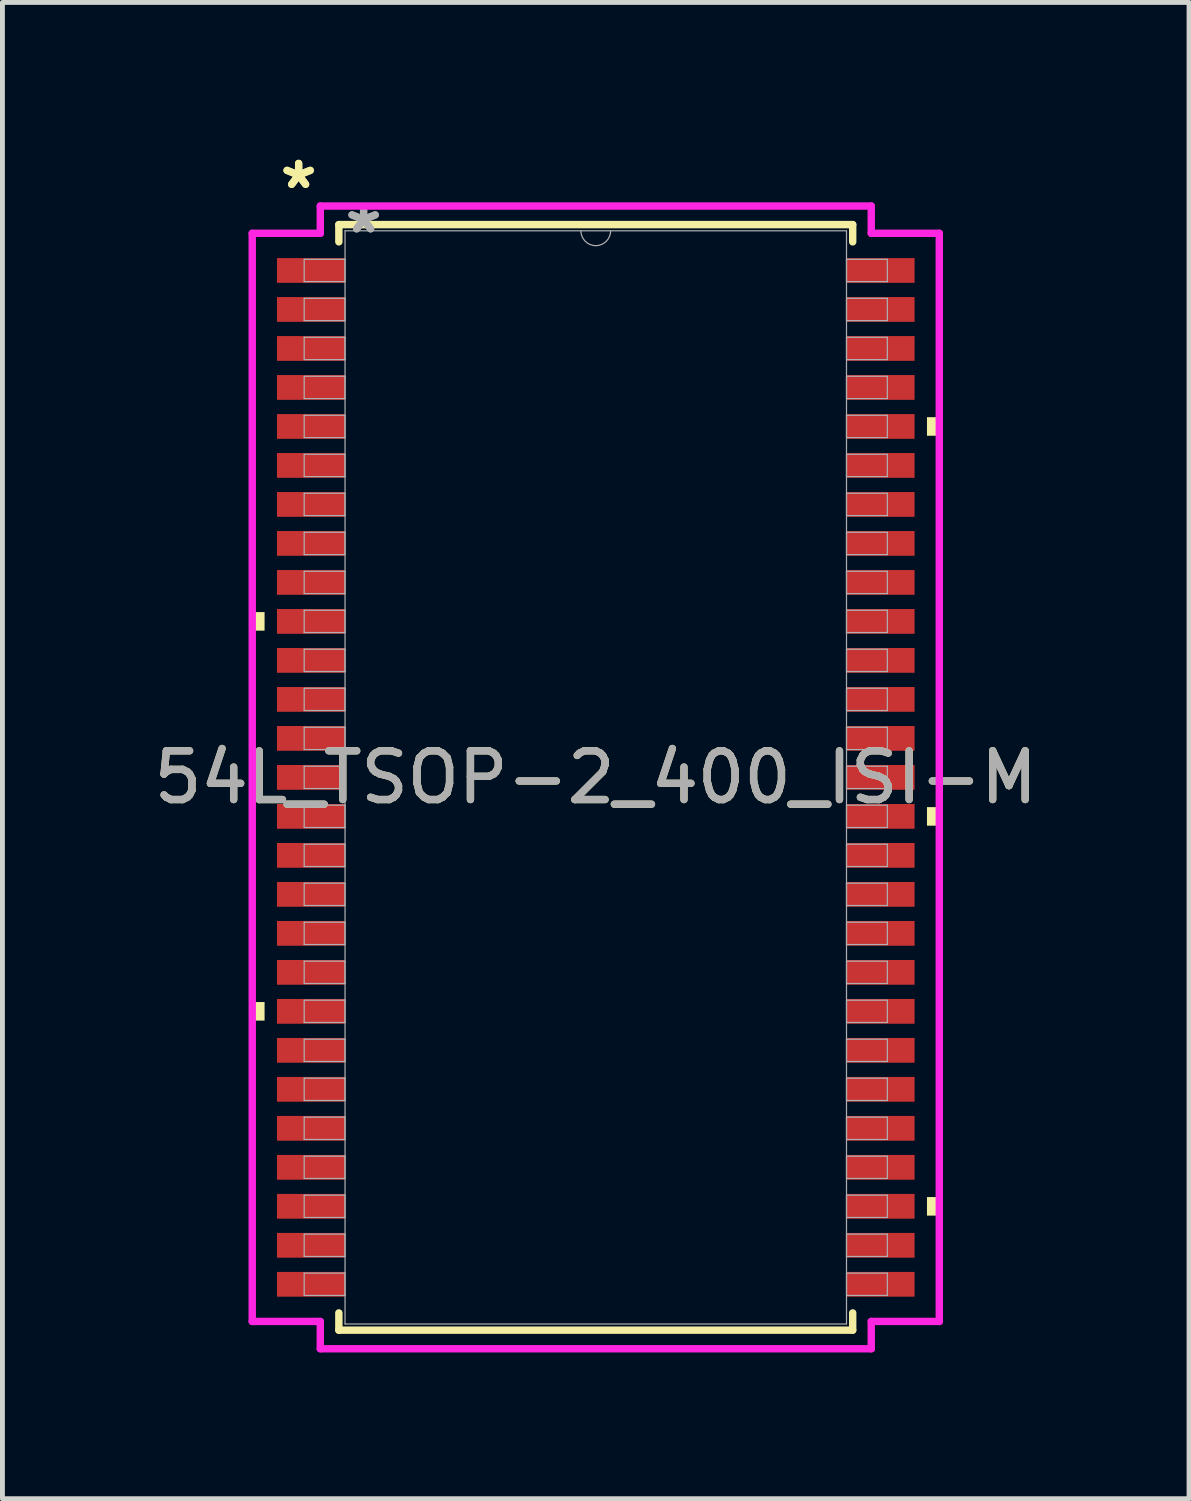
<source format=kicad_pcb>
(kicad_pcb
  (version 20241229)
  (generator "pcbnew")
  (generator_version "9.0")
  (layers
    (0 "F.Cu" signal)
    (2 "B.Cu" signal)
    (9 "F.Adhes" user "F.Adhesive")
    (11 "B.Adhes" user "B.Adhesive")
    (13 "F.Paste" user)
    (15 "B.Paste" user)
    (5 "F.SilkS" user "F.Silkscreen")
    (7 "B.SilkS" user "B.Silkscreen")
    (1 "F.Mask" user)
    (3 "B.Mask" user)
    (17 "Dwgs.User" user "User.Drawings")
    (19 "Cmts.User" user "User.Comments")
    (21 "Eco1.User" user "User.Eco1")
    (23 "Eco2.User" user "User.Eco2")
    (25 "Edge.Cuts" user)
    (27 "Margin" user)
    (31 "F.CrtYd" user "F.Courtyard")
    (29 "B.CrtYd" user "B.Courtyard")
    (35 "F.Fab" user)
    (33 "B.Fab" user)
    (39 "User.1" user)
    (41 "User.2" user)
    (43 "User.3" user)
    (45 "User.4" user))
  (footprint "54L_TSOP-2_400_ISI-M"
    (layer "F.Cu")
    (at 9.173 12.899)
    (property "Reference" "54L_TSOP-2_400_ISI-M" (at 0 0 0) (unlocked yes) (layer "F.SilkS") (effects (font (size 1 1) (thickness 0.15))))
    (attr smd)
    (fp_line (start -5.271 -11.341) (end -5.271 -10.987) (stroke (width 0.152) (type solid)) (layer "F.SilkS"))
    (fp_line (start -5.271 10.987) (end -5.271 11.341) (stroke (width 0.152) (type solid)) (layer "F.SilkS"))
    (fp_line (start -5.271 11.341) (end 5.271 11.341) (stroke (width 0.152) (type solid)) (layer "F.SilkS"))
    (fp_line (start 5.271 -11.341) (end -5.271 -11.341) (stroke (width 0.152) (type solid)) (layer "F.SilkS"))
    (fp_line (start 5.271 -10.987) (end 5.271 -11.341) (stroke (width 0.152) (type solid)) (layer "F.SilkS"))
    (fp_line (start 5.271 11.341) (end 5.271 10.987) (stroke (width 0.152) (type solid)) (layer "F.SilkS"))
    (fp_poly (pts (xy -7.048 -3.391) (xy -7.048 -3.01) (xy -6.795 -3.01) (xy -6.795 -3.391)) (stroke (width 0) (type solid)) (fill yes) (layer "F.SilkS"))
    (fp_poly (pts (xy -7.048 4.609) (xy -7.048 4.99) (xy -6.795 4.99) (xy -6.795 4.609)) (stroke (width 0) (type solid)) (fill yes) (layer "F.SilkS"))
    (fp_poly (pts (xy 7.048 -7.39) (xy 7.048 -7.009) (xy 6.795 -7.009) (xy 6.795 -7.39)) (stroke (width 0) (type solid)) (fill yes) (layer "F.SilkS"))
    (fp_poly (pts (xy 7.048 0.61) (xy 7.048 0.991) (xy 6.795 0.991) (xy 6.795 0.61)) (stroke (width 0) (type solid)) (fill yes) (layer "F.SilkS"))
    (fp_poly (pts (xy 7.048 8.61) (xy 7.048 8.991) (xy 6.795 8.991) (xy 6.795 8.61)) (stroke (width 0) (type solid)) (fill yes) (layer "F.SilkS"))
    (fp_line (start -7.048 -11.162) (end -5.652 -11.162) (stroke (width 0.152) (type solid)) (layer "F.CrtYd"))
    (fp_line (start -7.048 11.162) (end -7.048 -11.162) (stroke (width 0.152) (type solid)) (layer "F.CrtYd"))
    (fp_line (start -7.048 11.162) (end -5.652 11.162) (stroke (width 0.152) (type solid)) (layer "F.CrtYd"))
    (fp_line (start -5.652 -11.722) (end 5.652 -11.722) (stroke (width 0.152) (type solid)) (layer "F.CrtYd"))
    (fp_line (start -5.652 -11.162) (end -5.652 -11.722) (stroke (width 0.152) (type solid)) (layer "F.CrtYd"))
    (fp_line (start -5.652 11.722) (end -5.652 11.162) (stroke (width 0.152) (type solid)) (layer "F.CrtYd"))
    (fp_line (start 5.652 -11.722) (end 5.652 -11.162) (stroke (width 0.152) (type solid)) (layer "F.CrtYd"))
    (fp_line (start 5.652 11.162) (end 5.652 11.722) (stroke (width 0.152) (type solid)) (layer "F.CrtYd"))
    (fp_line (start 5.652 11.722) (end -5.652 11.722) (stroke (width 0.152) (type solid)) (layer "F.CrtYd"))
    (fp_line (start 7.048 -11.162) (end 5.652 -11.162) (stroke (width 0.152) (type solid)) (layer "F.CrtYd"))
    (fp_line (start 7.048 -11.162) (end 7.048 11.162) (stroke (width 0.152) (type solid)) (layer "F.CrtYd"))
    (fp_line (start 7.048 11.162) (end 5.652 11.162) (stroke (width 0.152) (type solid)) (layer "F.CrtYd"))
    (fp_line (start -5.982 -10.629) (end -5.982 -10.171) (stroke (width 0.025) (type solid)) (layer "F.Fab"))
    (fp_line (start -5.982 -10.171) (end -5.144 -10.171) (stroke (width 0.025) (type solid)) (layer "F.Fab"))
    (fp_line (start -5.982 -9.829) (end -5.982 -9.371) (stroke (width 0.025) (type solid)) (layer "F.Fab"))
    (fp_line (start -5.982 -9.371) (end -5.144 -9.371) (stroke (width 0.025) (type solid)) (layer "F.Fab"))
    (fp_line (start -5.982 -9.029) (end -5.982 -8.571) (stroke (width 0.025) (type solid)) (layer "F.Fab"))
    (fp_line (start -5.982 -8.571) (end -5.144 -8.571) (stroke (width 0.025) (type solid)) (layer "F.Fab"))
    (fp_line (start -5.982 -8.229) (end -5.982 -7.771) (stroke (width 0.025) (type solid)) (layer "F.Fab"))
    (fp_line (start -5.982 -7.771) (end -5.144 -7.771) (stroke (width 0.025) (type solid)) (layer "F.Fab"))
    (fp_line (start -5.982 -7.429) (end -5.982 -6.971) (stroke (width 0.025) (type solid)) (layer "F.Fab"))
    (fp_line (start -5.982 -6.971) (end -5.144 -6.971) (stroke (width 0.025) (type solid)) (layer "F.Fab"))
    (fp_line (start -5.982 -6.629) (end -5.982 -6.171) (stroke (width 0.025) (type solid)) (layer "F.Fab"))
    (fp_line (start -5.982 -6.171) (end -5.144 -6.171) (stroke (width 0.025) (type solid)) (layer "F.Fab"))
    (fp_line (start -5.982 -5.829) (end -5.982 -5.371) (stroke (width 0.025) (type solid)) (layer "F.Fab"))
    (fp_line (start -5.982 -5.371) (end -5.144 -5.371) (stroke (width 0.025) (type solid)) (layer "F.Fab"))
    (fp_line (start -5.982 -5.029) (end -5.982 -4.571) (stroke (width 0.025) (type solid)) (layer "F.Fab"))
    (fp_line (start -5.982 -4.571) (end -5.144 -4.571) (stroke (width 0.025) (type solid)) (layer "F.Fab"))
    (fp_line (start -5.982 -4.229) (end -5.982 -3.771) (stroke (width 0.025) (type solid)) (layer "F.Fab"))
    (fp_line (start -5.982 -3.771) (end -5.144 -3.771) (stroke (width 0.025) (type solid)) (layer "F.Fab"))
    (fp_line (start -5.982 -3.429) (end -5.982 -2.971) (stroke (width 0.025) (type solid)) (layer "F.Fab"))
    (fp_line (start -5.982 -2.971) (end -5.144 -2.971) (stroke (width 0.025) (type solid)) (layer "F.Fab"))
    (fp_line (start -5.982 -2.629) (end -5.982 -2.171) (stroke (width 0.025) (type solid)) (layer "F.Fab"))
    (fp_line (start -5.982 -2.171) (end -5.144 -2.171) (stroke (width 0.025) (type solid)) (layer "F.Fab"))
    (fp_line (start -5.982 -1.829) (end -5.982 -1.371) (stroke (width 0.025) (type solid)) (layer "F.Fab"))
    (fp_line (start -5.982 -1.371) (end -5.144 -1.371) (stroke (width 0.025) (type solid)) (layer "F.Fab"))
    (fp_line (start -5.982 -1.029) (end -5.982 -0.571) (stroke (width 0.025) (type solid)) (layer "F.Fab"))
    (fp_line (start -5.982 -0.571) (end -5.144 -0.571) (stroke (width 0.025) (type solid)) (layer "F.Fab"))
    (fp_line (start -5.982 -0.229) (end -5.982 0.229) (stroke (width 0.025) (type solid)) (layer "F.Fab"))
    (fp_line (start -5.982 0.229) (end -5.144 0.229) (stroke (width 0.025) (type solid)) (layer "F.Fab"))
    (fp_line (start -5.982 0.571) (end -5.982 1.029) (stroke (width 0.025) (type solid)) (layer "F.Fab"))
    (fp_line (start -5.982 1.029) (end -5.144 1.029) (stroke (width 0.025) (type solid)) (layer "F.Fab"))
    (fp_line (start -5.982 1.371) (end -5.982 1.829) (stroke (width 0.025) (type solid)) (layer "F.Fab"))
    (fp_line (start -5.982 1.829) (end -5.144 1.829) (stroke (width 0.025) (type solid)) (layer "F.Fab"))
    (fp_line (start -5.982 2.171) (end -5.982 2.629) (stroke (width 0.025) (type solid)) (layer "F.Fab"))
    (fp_line (start -5.982 2.629) (end -5.144 2.629) (stroke (width 0.025) (type solid)) (layer "F.Fab"))
    (fp_line (start -5.982 2.971) (end -5.982 3.429) (stroke (width 0.025) (type solid)) (layer "F.Fab"))
    (fp_line (start -5.982 3.429) (end -5.144 3.429) (stroke (width 0.025) (type solid)) (layer "F.Fab"))
    (fp_line (start -5.982 3.771) (end -5.982 4.229) (stroke (width 0.025) (type solid)) (layer "F.Fab"))
    (fp_line (start -5.982 4.229) (end -5.144 4.229) (stroke (width 0.025) (type solid)) (layer "F.Fab"))
    (fp_line (start -5.982 4.571) (end -5.982 5.029) (stroke (width 0.025) (type solid)) (layer "F.Fab"))
    (fp_line (start -5.982 5.029) (end -5.144 5.029) (stroke (width 0.025) (type solid)) (layer "F.Fab"))
    (fp_line (start -5.982 5.371) (end -5.982 5.829) (stroke (width 0.025) (type solid)) (layer "F.Fab"))
    (fp_line (start -5.982 5.829) (end -5.144 5.829) (stroke (width 0.025) (type solid)) (layer "F.Fab"))
    (fp_line (start -5.982 6.171) (end -5.982 6.629) (stroke (width 0.025) (type solid)) (layer "F.Fab"))
    (fp_line (start -5.982 6.629) (end -5.144 6.629) (stroke (width 0.025) (type solid)) (layer "F.Fab"))
    (fp_line (start -5.982 6.971) (end -5.982 7.429) (stroke (width 0.025) (type solid)) (layer "F.Fab"))
    (fp_line (start -5.982 7.429) (end -5.144 7.429) (stroke (width 0.025) (type solid)) (layer "F.Fab"))
    (fp_line (start -5.982 7.771) (end -5.982 8.229) (stroke (width 0.025) (type solid)) (layer "F.Fab"))
    (fp_line (start -5.982 8.229) (end -5.144 8.229) (stroke (width 0.025) (type solid)) (layer "F.Fab"))
    (fp_line (start -5.982 8.571) (end -5.982 9.029) (stroke (width 0.025) (type solid)) (layer "F.Fab"))
    (fp_line (start -5.982 9.029) (end -5.144 9.029) (stroke (width 0.025) (type solid)) (layer "F.Fab"))
    (fp_line (start -5.982 9.371) (end -5.982 9.829) (stroke (width 0.025) (type solid)) (layer "F.Fab"))
    (fp_line (start -5.982 9.829) (end -5.144 9.829) (stroke (width 0.025) (type solid)) (layer "F.Fab"))
    (fp_line (start -5.982 10.171) (end -5.982 10.629) (stroke (width 0.025) (type solid)) (layer "F.Fab"))
    (fp_line (start -5.982 10.629) (end -5.144 10.629) (stroke (width 0.025) (type solid)) (layer "F.Fab"))
    (fp_line (start -5.144 -11.214) (end -5.144 11.214) (stroke (width 0.025) (type solid)) (layer "F.Fab"))
    (fp_line (start -5.144 -10.629) (end -5.982 -10.629) (stroke (width 0.025) (type solid)) (layer "F.Fab"))
    (fp_line (start -5.144 -10.171) (end -5.144 -10.629) (stroke (width 0.025) (type solid)) (layer "F.Fab"))
    (fp_line (start -5.144 -9.829) (end -5.982 -9.829) (stroke (width 0.025) (type solid)) (layer "F.Fab"))
    (fp_line (start -5.144 -9.371) (end -5.144 -9.829) (stroke (width 0.025) (type solid)) (layer "F.Fab"))
    (fp_line (start -5.144 -9.029) (end -5.982 -9.029) (stroke (width 0.025) (type solid)) (layer "F.Fab"))
    (fp_line (start -5.144 -8.571) (end -5.144 -9.029) (stroke (width 0.025) (type solid)) (layer "F.Fab"))
    (fp_line (start -5.144 -8.229) (end -5.982 -8.229) (stroke (width 0.025) (type solid)) (layer "F.Fab"))
    (fp_line (start -5.144 -7.771) (end -5.144 -8.229) (stroke (width 0.025) (type solid)) (layer "F.Fab"))
    (fp_line (start -5.144 -7.429) (end -5.982 -7.429) (stroke (width 0.025) (type solid)) (layer "F.Fab"))
    (fp_line (start -5.144 -6.971) (end -5.144 -7.429) (stroke (width 0.025) (type solid)) (layer "F.Fab"))
    (fp_line (start -5.144 -6.629) (end -5.982 -6.629) (stroke (width 0.025) (type solid)) (layer "F.Fab"))
    (fp_line (start -5.144 -6.171) (end -5.144 -6.629) (stroke (width 0.025) (type solid)) (layer "F.Fab"))
    (fp_line (start -5.144 -5.829) (end -5.982 -5.829) (stroke (width 0.025) (type solid)) (layer "F.Fab"))
    (fp_line (start -5.144 -5.371) (end -5.144 -5.829) (stroke (width 0.025) (type solid)) (layer "F.Fab"))
    (fp_line (start -5.144 -5.029) (end -5.982 -5.029) (stroke (width 0.025) (type solid)) (layer "F.Fab"))
    (fp_line (start -5.144 -4.571) (end -5.144 -5.029) (stroke (width 0.025) (type solid)) (layer "F.Fab"))
    (fp_line (start -5.144 -4.229) (end -5.982 -4.229) (stroke (width 0.025) (type solid)) (layer "F.Fab"))
    (fp_line (start -5.144 -3.771) (end -5.144 -4.229) (stroke (width 0.025) (type solid)) (layer "F.Fab"))
    (fp_line (start -5.144 -3.429) (end -5.982 -3.429) (stroke (width 0.025) (type solid)) (layer "F.Fab"))
    (fp_line (start -5.144 -2.971) (end -5.144 -3.429) (stroke (width 0.025) (type solid)) (layer "F.Fab"))
    (fp_line (start -5.144 -2.629) (end -5.982 -2.629) (stroke (width 0.025) (type solid)) (layer "F.Fab"))
    (fp_line (start -5.144 -2.171) (end -5.144 -2.629) (stroke (width 0.025) (type solid)) (layer "F.Fab"))
    (fp_line (start -5.144 -1.829) (end -5.982 -1.829) (stroke (width 0.025) (type solid)) (layer "F.Fab"))
    (fp_line (start -5.144 -1.371) (end -5.144 -1.829) (stroke (width 0.025) (type solid)) (layer "F.Fab"))
    (fp_line (start -5.144 -1.029) (end -5.982 -1.029) (stroke (width 0.025) (type solid)) (layer "F.Fab"))
    (fp_line (start -5.144 -0.571) (end -5.144 -1.029) (stroke (width 0.025) (type solid)) (layer "F.Fab"))
    (fp_line (start -5.144 -0.229) (end -5.982 -0.229) (stroke (width 0.025) (type solid)) (layer "F.Fab"))
    (fp_line (start -5.144 0.229) (end -5.144 -0.229) (stroke (width 0.025) (type solid)) (layer "F.Fab"))
    (fp_line (start -5.144 0.571) (end -5.982 0.571) (stroke (width 0.025) (type solid)) (layer "F.Fab"))
    (fp_line (start -5.144 1.029) (end -5.144 0.571) (stroke (width 0.025) (type solid)) (layer "F.Fab"))
    (fp_line (start -5.144 1.371) (end -5.982 1.371) (stroke (width 0.025) (type solid)) (layer "F.Fab"))
    (fp_line (start -5.144 1.829) (end -5.144 1.371) (stroke (width 0.025) (type solid)) (layer "F.Fab"))
    (fp_line (start -5.144 2.171) (end -5.982 2.171) (stroke (width 0.025) (type solid)) (layer "F.Fab"))
    (fp_line (start -5.144 2.629) (end -5.144 2.171) (stroke (width 0.025) (type solid)) (layer "F.Fab"))
    (fp_line (start -5.144 2.971) (end -5.982 2.971) (stroke (width 0.025) (type solid)) (layer "F.Fab"))
    (fp_line (start -5.144 3.429) (end -5.144 2.971) (stroke (width 0.025) (type solid)) (layer "F.Fab"))
    (fp_line (start -5.144 3.771) (end -5.982 3.771) (stroke (width 0.025) (type solid)) (layer "F.Fab"))
    (fp_line (start -5.144 4.229) (end -5.144 3.771) (stroke (width 0.025) (type solid)) (layer "F.Fab"))
    (fp_line (start -5.144 4.571) (end -5.982 4.571) (stroke (width 0.025) (type solid)) (layer "F.Fab"))
    (fp_line (start -5.144 5.029) (end -5.144 4.571) (stroke (width 0.025) (type solid)) (layer "F.Fab"))
    (fp_line (start -5.144 5.371) (end -5.982 5.371) (stroke (width 0.025) (type solid)) (layer "F.Fab"))
    (fp_line (start -5.144 5.829) (end -5.144 5.371) (stroke (width 0.025) (type solid)) (layer "F.Fab"))
    (fp_line (start -5.144 6.171) (end -5.982 6.171) (stroke (width 0.025) (type solid)) (layer "F.Fab"))
    (fp_line (start -5.144 6.629) (end -5.144 6.171) (stroke (width 0.025) (type solid)) (layer "F.Fab"))
    (fp_line (start -5.144 6.971) (end -5.982 6.971) (stroke (width 0.025) (type solid)) (layer "F.Fab"))
    (fp_line (start -5.144 7.429) (end -5.144 6.971) (stroke (width 0.025) (type solid)) (layer "F.Fab"))
    (fp_line (start -5.144 7.771) (end -5.982 7.771) (stroke (width 0.025) (type solid)) (layer "F.Fab"))
    (fp_line (start -5.144 8.229) (end -5.144 7.771) (stroke (width 0.025) (type solid)) (layer "F.Fab"))
    (fp_line (start -5.144 8.571) (end -5.982 8.571) (stroke (width 0.025) (type solid)) (layer "F.Fab"))
    (fp_line (start -5.144 9.029) (end -5.144 8.571) (stroke (width 0.025) (type solid)) (layer "F.Fab"))
    (fp_line (start -5.144 9.371) (end -5.982 9.371) (stroke (width 0.025) (type solid)) (layer "F.Fab"))
    (fp_line (start -5.144 9.829) (end -5.144 9.371) (stroke (width 0.025) (type solid)) (layer "F.Fab"))
    (fp_line (start -5.144 10.171) (end -5.982 10.171) (stroke (width 0.025) (type solid)) (layer "F.Fab"))
    (fp_line (start -5.144 10.629) (end -5.144 10.171) (stroke (width 0.025) (type solid)) (layer "F.Fab"))
    (fp_line (start -5.144 11.214) (end 5.144 11.214) (stroke (width 0.025) (type solid)) (layer "F.Fab"))
    (fp_line (start 5.144 -11.214) (end -5.144 -11.214) (stroke (width 0.025) (type solid)) (layer "F.Fab"))
    (fp_line (start 5.144 -10.629) (end 5.144 -10.171) (stroke (width 0.025) (type solid)) (layer "F.Fab"))
    (fp_line (start 5.144 -10.171) (end 5.982 -10.171) (stroke (width 0.025) (type solid)) (layer "F.Fab"))
    (fp_line (start 5.144 -9.829) (end 5.144 -9.371) (stroke (width 0.025) (type solid)) (layer "F.Fab"))
    (fp_line (start 5.144 -9.371) (end 5.982 -9.371) (stroke (width 0.025) (type solid)) (layer "F.Fab"))
    (fp_line (start 5.144 -9.029) (end 5.144 -8.571) (stroke (width 0.025) (type solid)) (layer "F.Fab"))
    (fp_line (start 5.144 -8.571) (end 5.982 -8.571) (stroke (width 0.025) (type solid)) (layer "F.Fab"))
    (fp_line (start 5.144 -8.229) (end 5.144 -7.771) (stroke (width 0.025) (type solid)) (layer "F.Fab"))
    (fp_line (start 5.144 -7.771) (end 5.982 -7.771) (stroke (width 0.025) (type solid)) (layer "F.Fab"))
    (fp_line (start 5.144 -7.429) (end 5.144 -6.971) (stroke (width 0.025) (type solid)) (layer "F.Fab"))
    (fp_line (start 5.144 -6.971) (end 5.982 -6.971) (stroke (width 0.025) (type solid)) (layer "F.Fab"))
    (fp_line (start 5.144 -6.629) (end 5.144 -6.171) (stroke (width 0.025) (type solid)) (layer "F.Fab"))
    (fp_line (start 5.144 -6.171) (end 5.982 -6.171) (stroke (width 0.025) (type solid)) (layer "F.Fab"))
    (fp_line (start 5.144 -5.829) (end 5.144 -5.371) (stroke (width 0.025) (type solid)) (layer "F.Fab"))
    (fp_line (start 5.144 -5.371) (end 5.982 -5.371) (stroke (width 0.025) (type solid)) (layer "F.Fab"))
    (fp_line (start 5.144 -5.029) (end 5.144 -4.571) (stroke (width 0.025) (type solid)) (layer "F.Fab"))
    (fp_line (start 5.144 -4.571) (end 5.982 -4.571) (stroke (width 0.025) (type solid)) (layer "F.Fab"))
    (fp_line (start 5.144 -4.229) (end 5.144 -3.771) (stroke (width 0.025) (type solid)) (layer "F.Fab"))
    (fp_line (start 5.144 -3.771) (end 5.982 -3.771) (stroke (width 0.025) (type solid)) (layer "F.Fab"))
    (fp_line (start 5.144 -3.429) (end 5.144 -2.971) (stroke (width 0.025) (type solid)) (layer "F.Fab"))
    (fp_line (start 5.144 -2.971) (end 5.982 -2.971) (stroke (width 0.025) (type solid)) (layer "F.Fab"))
    (fp_line (start 5.144 -2.629) (end 5.144 -2.171) (stroke (width 0.025) (type solid)) (layer "F.Fab"))
    (fp_line (start 5.144 -2.171) (end 5.982 -2.171) (stroke (width 0.025) (type solid)) (layer "F.Fab"))
    (fp_line (start 5.144 -1.829) (end 5.144 -1.371) (stroke (width 0.025) (type solid)) (layer "F.Fab"))
    (fp_line (start 5.144 -1.371) (end 5.982 -1.371) (stroke (width 0.025) (type solid)) (layer "F.Fab"))
    (fp_line (start 5.144 -1.029) (end 5.144 -0.571) (stroke (width 0.025) (type solid)) (layer "F.Fab"))
    (fp_line (start 5.144 -0.571) (end 5.982 -0.571) (stroke (width 0.025) (type solid)) (layer "F.Fab"))
    (fp_line (start 5.144 -0.229) (end 5.144 0.229) (stroke (width 0.025) (type solid)) (layer "F.Fab"))
    (fp_line (start 5.144 0.229) (end 5.982 0.229) (stroke (width 0.025) (type solid)) (layer "F.Fab"))
    (fp_line (start 5.144 0.571) (end 5.144 1.029) (stroke (width 0.025) (type solid)) (layer "F.Fab"))
    (fp_line (start 5.144 1.029) (end 5.982 1.029) (stroke (width 0.025) (type solid)) (layer "F.Fab"))
    (fp_line (start 5.144 1.371) (end 5.144 1.829) (stroke (width 0.025) (type solid)) (layer "F.Fab"))
    (fp_line (start 5.144 1.829) (end 5.982 1.829) (stroke (width 0.025) (type solid)) (layer "F.Fab"))
    (fp_line (start 5.144 2.171) (end 5.144 2.629) (stroke (width 0.025) (type solid)) (layer "F.Fab"))
    (fp_line (start 5.144 2.629) (end 5.982 2.629) (stroke (width 0.025) (type solid)) (layer "F.Fab"))
    (fp_line (start 5.144 2.971) (end 5.144 3.429) (stroke (width 0.025) (type solid)) (layer "F.Fab"))
    (fp_line (start 5.144 3.429) (end 5.982 3.429) (stroke (width 0.025) (type solid)) (layer "F.Fab"))
    (fp_line (start 5.144 3.771) (end 5.144 4.229) (stroke (width 0.025) (type solid)) (layer "F.Fab"))
    (fp_line (start 5.144 4.229) (end 5.982 4.229) (stroke (width 0.025) (type solid)) (layer "F.Fab"))
    (fp_line (start 5.144 4.571) (end 5.144 5.029) (stroke (width 0.025) (type solid)) (layer "F.Fab"))
    (fp_line (start 5.144 5.029) (end 5.982 5.029) (stroke (width 0.025) (type solid)) (layer "F.Fab"))
    (fp_line (start 5.144 5.371) (end 5.144 5.829) (stroke (width 0.025) (type solid)) (layer "F.Fab"))
    (fp_line (start 5.144 5.829) (end 5.982 5.829) (stroke (width 0.025) (type solid)) (layer "F.Fab"))
    (fp_line (start 5.144 6.171) (end 5.144 6.629) (stroke (width 0.025) (type solid)) (layer "F.Fab"))
    (fp_line (start 5.144 6.629) (end 5.982 6.629) (stroke (width 0.025) (type solid)) (layer "F.Fab"))
    (fp_line (start 5.144 6.971) (end 5.144 7.429) (stroke (width 0.025) (type solid)) (layer "F.Fab"))
    (fp_line (start 5.144 7.429) (end 5.982 7.429) (stroke (width 0.025) (type solid)) (layer "F.Fab"))
    (fp_line (start 5.144 7.771) (end 5.144 8.229) (stroke (width 0.025) (type solid)) (layer "F.Fab"))
    (fp_line (start 5.144 8.229) (end 5.982 8.229) (stroke (width 0.025) (type solid)) (layer "F.Fab"))
    (fp_line (start 5.144 8.571) (end 5.144 9.029) (stroke (width 0.025) (type solid)) (layer "F.Fab"))
    (fp_line (start 5.144 9.029) (end 5.982 9.029) (stroke (width 0.025) (type solid)) (layer "F.Fab"))
    (fp_line (start 5.144 9.371) (end 5.144 9.829) (stroke (width 0.025) (type solid)) (layer "F.Fab"))
    (fp_line (start 5.144 9.829) (end 5.982 9.829) (stroke (width 0.025) (type solid)) (layer "F.Fab"))
    (fp_line (start 5.144 10.171) (end 5.144 10.629) (stroke (width 0.025) (type solid)) (layer "F.Fab"))
    (fp_line (start 5.144 10.629) (end 5.982 10.629) (stroke (width 0.025) (type solid)) (layer "F.Fab"))
    (fp_line (start 5.144 11.214) (end 5.144 -11.214) (stroke (width 0.025) (type solid)) (layer "F.Fab"))
    (fp_line (start 5.982 -10.629) (end 5.144 -10.629) (stroke (width 0.025) (type solid)) (layer "F.Fab"))
    (fp_line (start 5.982 -10.171) (end 5.982 -10.629) (stroke (width 0.025) (type solid)) (layer "F.Fab"))
    (fp_line (start 5.982 -9.829) (end 5.144 -9.829) (stroke (width 0.025) (type solid)) (layer "F.Fab"))
    (fp_line (start 5.982 -9.371) (end 5.982 -9.829) (stroke (width 0.025) (type solid)) (layer "F.Fab"))
    (fp_line (start 5.982 -9.029) (end 5.144 -9.029) (stroke (width 0.025) (type solid)) (layer "F.Fab"))
    (fp_line (start 5.982 -8.571) (end 5.982 -9.029) (stroke (width 0.025) (type solid)) (layer "F.Fab"))
    (fp_line (start 5.982 -8.229) (end 5.144 -8.229) (stroke (width 0.025) (type solid)) (layer "F.Fab"))
    (fp_line (start 5.982 -7.771) (end 5.982 -8.229) (stroke (width 0.025) (type solid)) (layer "F.Fab"))
    (fp_line (start 5.982 -7.429) (end 5.144 -7.429) (stroke (width 0.025) (type solid)) (layer "F.Fab"))
    (fp_line (start 5.982 -6.971) (end 5.982 -7.429) (stroke (width 0.025) (type solid)) (layer "F.Fab"))
    (fp_line (start 5.982 -6.629) (end 5.144 -6.629) (stroke (width 0.025) (type solid)) (layer "F.Fab"))
    (fp_line (start 5.982 -6.171) (end 5.982 -6.629) (stroke (width 0.025) (type solid)) (layer "F.Fab"))
    (fp_line (start 5.982 -5.829) (end 5.144 -5.829) (stroke (width 0.025) (type solid)) (layer "F.Fab"))
    (fp_line (start 5.982 -5.371) (end 5.982 -5.829) (stroke (width 0.025) (type solid)) (layer "F.Fab"))
    (fp_line (start 5.982 -5.029) (end 5.144 -5.029) (stroke (width 0.025) (type solid)) (layer "F.Fab"))
    (fp_line (start 5.982 -4.571) (end 5.982 -5.029) (stroke (width 0.025) (type solid)) (layer "F.Fab"))
    (fp_line (start 5.982 -4.229) (end 5.144 -4.229) (stroke (width 0.025) (type solid)) (layer "F.Fab"))
    (fp_line (start 5.982 -3.771) (end 5.982 -4.229) (stroke (width 0.025) (type solid)) (layer "F.Fab"))
    (fp_line (start 5.982 -3.429) (end 5.144 -3.429) (stroke (width 0.025) (type solid)) (layer "F.Fab"))
    (fp_line (start 5.982 -2.971) (end 5.982 -3.429) (stroke (width 0.025) (type solid)) (layer "F.Fab"))
    (fp_line (start 5.982 -2.629) (end 5.144 -2.629) (stroke (width 0.025) (type solid)) (layer "F.Fab"))
    (fp_line (start 5.982 -2.171) (end 5.982 -2.629) (stroke (width 0.025) (type solid)) (layer "F.Fab"))
    (fp_line (start 5.982 -1.829) (end 5.144 -1.829) (stroke (width 0.025) (type solid)) (layer "F.Fab"))
    (fp_line (start 5.982 -1.371) (end 5.982 -1.829) (stroke (width 0.025) (type solid)) (layer "F.Fab"))
    (fp_line (start 5.982 -1.029) (end 5.144 -1.029) (stroke (width 0.025) (type solid)) (layer "F.Fab"))
    (fp_line (start 5.982 -0.571) (end 5.982 -1.029) (stroke (width 0.025) (type solid)) (layer "F.Fab"))
    (fp_line (start 5.982 -0.229) (end 5.144 -0.229) (stroke (width 0.025) (type solid)) (layer "F.Fab"))
    (fp_line (start 5.982 0.229) (end 5.982 -0.229) (stroke (width 0.025) (type solid)) (layer "F.Fab"))
    (fp_line (start 5.982 0.571) (end 5.144 0.571) (stroke (width 0.025) (type solid)) (layer "F.Fab"))
    (fp_line (start 5.982 1.029) (end 5.982 0.571) (stroke (width 0.025) (type solid)) (layer "F.Fab"))
    (fp_line (start 5.982 1.371) (end 5.144 1.371) (stroke (width 0.025) (type solid)) (layer "F.Fab"))
    (fp_line (start 5.982 1.829) (end 5.982 1.371) (stroke (width 0.025) (type solid)) (layer "F.Fab"))
    (fp_line (start 5.982 2.171) (end 5.144 2.171) (stroke (width 0.025) (type solid)) (layer "F.Fab"))
    (fp_line (start 5.982 2.629) (end 5.982 2.171) (stroke (width 0.025) (type solid)) (layer "F.Fab"))
    (fp_line (start 5.982 2.971) (end 5.144 2.971) (stroke (width 0.025) (type solid)) (layer "F.Fab"))
    (fp_line (start 5.982 3.429) (end 5.982 2.971) (stroke (width 0.025) (type solid)) (layer "F.Fab"))
    (fp_line (start 5.982 3.771) (end 5.144 3.771) (stroke (width 0.025) (type solid)) (layer "F.Fab"))
    (fp_line (start 5.982 4.229) (end 5.982 3.771) (stroke (width 0.025) (type solid)) (layer "F.Fab"))
    (fp_line (start 5.982 4.571) (end 5.144 4.571) (stroke (width 0.025) (type solid)) (layer "F.Fab"))
    (fp_line (start 5.982 5.029) (end 5.982 4.571) (stroke (width 0.025) (type solid)) (layer "F.Fab"))
    (fp_line (start 5.982 5.371) (end 5.144 5.371) (stroke (width 0.025) (type solid)) (layer "F.Fab"))
    (fp_line (start 5.982 5.829) (end 5.982 5.371) (stroke (width 0.025) (type solid)) (layer "F.Fab"))
    (fp_line (start 5.982 6.171) (end 5.144 6.171) (stroke (width 0.025) (type solid)) (layer "F.Fab"))
    (fp_line (start 5.982 6.629) (end 5.982 6.171) (stroke (width 0.025) (type solid)) (layer "F.Fab"))
    (fp_line (start 5.982 6.971) (end 5.144 6.971) (stroke (width 0.025) (type solid)) (layer "F.Fab"))
    (fp_line (start 5.982 7.429) (end 5.982 6.971) (stroke (width 0.025) (type solid)) (layer "F.Fab"))
    (fp_line (start 5.982 7.771) (end 5.144 7.771) (stroke (width 0.025) (type solid)) (layer "F.Fab"))
    (fp_line (start 5.982 8.229) (end 5.982 7.771) (stroke (width 0.025) (type solid)) (layer "F.Fab"))
    (fp_line (start 5.982 8.571) (end 5.144 8.571) (stroke (width 0.025) (type solid)) (layer "F.Fab"))
    (fp_line (start 5.982 9.029) (end 5.982 8.571) (stroke (width 0.025) (type solid)) (layer "F.Fab"))
    (fp_line (start 5.982 9.371) (end 5.144 9.371) (stroke (width 0.025) (type solid)) (layer "F.Fab"))
    (fp_line (start 5.982 9.829) (end 5.982 9.371) (stroke (width 0.025) (type solid)) (layer "F.Fab"))
    (fp_line (start 5.982 10.171) (end 5.144 10.171) (stroke (width 0.025) (type solid)) (layer "F.Fab"))
    (fp_line (start 5.982 10.629) (end 5.982 10.171) (stroke (width 0.025) (type solid)) (layer "F.Fab"))
    (fp_arc (start 0.3048 -11.2141) (mid 0 -10.9093) (end -0.3048 -11.2141) (stroke (width 0.0254) (type solid)) (layer "F.Fab"))
    (fp_text user "*" (at -6.096 -12.051 0) (unlocked yes) (layer "F.SilkS") (effects (font (size 1 1) (thickness 0.15))))
    (fp_text user "*" (at -6.096 -12.051 0) (layer "F.SilkS") (effects (font (size 1 1) (thickness 0.15))))
    (fp_text user "*" (at -4.763 -11.138 0) (layer "F.Fab") (effects (font (size 1 1) (thickness 0.15))))
    (fp_text user "*" (at -4.763 -11.138 0) (unlocked yes) (layer "F.Fab") (effects (font (size 1 1) (thickness 0.15))))
    (fp_text user "${REFERENCE}" (at 0 0 0) (unlocked yes) (layer "F.Fab") (effects (font (size 1 1) (thickness 0.15))))
    (pad "1" smd rect (at -5.842 -10.4) (size 1.397 0.508) (layers "F.Cu" "F.Mask" "F.Paste"))
    (pad "2" smd rect (at -5.842 -9.6) (size 1.397 0.508) (layers "F.Cu" "F.Mask" "F.Paste"))
    (pad "3" smd rect (at -5.842 -8.8) (size 1.397 0.508) (layers "F.Cu" "F.Mask" "F.Paste"))
    (pad "4" smd rect (at -5.842 -8) (size 1.397 0.508) (layers "F.Cu" "F.Mask" "F.Paste"))
    (pad "5" smd rect (at -5.842 -7.2) (size 1.397 0.508) (layers "F.Cu" "F.Mask" "F.Paste"))
    (pad "6" smd rect (at -5.842 -6.4) (size 1.397 0.508) (layers "F.Cu" "F.Mask" "F.Paste"))
    (pad "7" smd rect (at -5.842 -5.6) (size 1.397 0.508) (layers "F.Cu" "F.Mask" "F.Paste"))
    (pad "8" smd rect (at -5.842 -4.8) (size 1.397 0.508) (layers "F.Cu" "F.Mask" "F.Paste"))
    (pad "9" smd rect (at -5.842 -4) (size 1.397 0.508) (layers "F.Cu" "F.Mask" "F.Paste"))
    (pad "10" smd rect (at -5.842 -3.2) (size 1.397 0.508) (layers "F.Cu" "F.Mask" "F.Paste"))
    (pad "11" smd rect (at -5.842 -2.4) (size 1.397 0.508) (layers "F.Cu" "F.Mask" "F.Paste"))
    (pad "12" smd rect (at -5.842 -1.6) (size 1.397 0.508) (layers "F.Cu" "F.Mask" "F.Paste"))
    (pad "13" smd rect (at -5.842 -0.8) (size 1.397 0.508) (layers "F.Cu" "F.Mask" "F.Paste"))
    (pad "14" smd rect (at -5.842 0) (size 1.397 0.508) (layers "F.Cu" "F.Mask" "F.Paste"))
    (pad "15" smd rect (at -5.842 0.8) (size 1.397 0.508) (layers "F.Cu" "F.Mask" "F.Paste"))
    (pad "16" smd rect (at -5.842 1.6) (size 1.397 0.508) (layers "F.Cu" "F.Mask" "F.Paste"))
    (pad "17" smd rect (at -5.842 2.4) (size 1.397 0.508) (layers "F.Cu" "F.Mask" "F.Paste"))
    (pad "18" smd rect (at -5.842 3.2) (size 1.397 0.508) (layers "F.Cu" "F.Mask" "F.Paste"))
    (pad "19" smd rect (at -5.842 4) (size 1.397 0.508) (layers "F.Cu" "F.Mask" "F.Paste"))
    (pad "20" smd rect (at -5.842 4.8) (size 1.397 0.508) (layers "F.Cu" "F.Mask" "F.Paste"))
    (pad "21" smd rect (at -5.842 5.6) (size 1.397 0.508) (layers "F.Cu" "F.Mask" "F.Paste"))
    (pad "22" smd rect (at -5.842 6.4) (size 1.397 0.508) (layers "F.Cu" "F.Mask" "F.Paste"))
    (pad "23" smd rect (at -5.842 7.2) (size 1.397 0.508) (layers "F.Cu" "F.Mask" "F.Paste"))
    (pad "24" smd rect (at -5.842 8) (size 1.397 0.508) (layers "F.Cu" "F.Mask" "F.Paste"))
    (pad "25" smd rect (at -5.842 8.8) (size 1.397 0.508) (layers "F.Cu" "F.Mask" "F.Paste"))
    (pad "26" smd rect (at -5.842 9.6) (size 1.397 0.508) (layers "F.Cu" "F.Mask" "F.Paste"))
    (pad "27" smd rect (at -5.842 10.4) (size 1.397 0.508) (layers "F.Cu" "F.Mask" "F.Paste"))
    (pad "28" smd rect (at 5.842 10.4) (size 1.397 0.508) (layers "F.Cu" "F.Mask" "F.Paste"))
    (pad "29" smd rect (at 5.842 9.6) (size 1.397 0.508) (layers "F.Cu" "F.Mask" "F.Paste"))
    (pad "30" smd rect (at 5.842 8.8) (size 1.397 0.508) (layers "F.Cu" "F.Mask" "F.Paste"))
    (pad "31" smd rect (at 5.842 8) (size 1.397 0.508) (layers "F.Cu" "F.Mask" "F.Paste"))
    (pad "32" smd rect (at 5.842 7.2) (size 1.397 0.508) (layers "F.Cu" "F.Mask" "F.Paste"))
    (pad "33" smd rect (at 5.842 6.4) (size 1.397 0.508) (layers "F.Cu" "F.Mask" "F.Paste"))
    (pad "34" smd rect (at 5.842 5.6) (size 1.397 0.508) (layers "F.Cu" "F.Mask" "F.Paste"))
    (pad "35" smd rect (at 5.842 4.8) (size 1.397 0.508) (layers "F.Cu" "F.Mask" "F.Paste"))
    (pad "36" smd rect (at 5.842 4) (size 1.397 0.508) (layers "F.Cu" "F.Mask" "F.Paste"))
    (pad "37" smd rect (at 5.842 3.2) (size 1.397 0.508) (layers "F.Cu" "F.Mask" "F.Paste"))
    (pad "38" smd rect (at 5.842 2.4) (size 1.397 0.508) (layers "F.Cu" "F.Mask" "F.Paste"))
    (pad "39" smd rect (at 5.842 1.6) (size 1.397 0.508) (layers "F.Cu" "F.Mask" "F.Paste"))
    (pad "40" smd rect (at 5.842 0.8) (size 1.397 0.508) (layers "F.Cu" "F.Mask" "F.Paste"))
    (pad "41" smd rect (at 5.842 0) (size 1.397 0.508) (layers "F.Cu" "F.Mask" "F.Paste"))
    (pad "42" smd rect (at 5.842 -0.8) (size 1.397 0.508) (layers "F.Cu" "F.Mask" "F.Paste"))
    (pad "43" smd rect (at 5.842 -1.6) (size 1.397 0.508) (layers "F.Cu" "F.Mask" "F.Paste"))
    (pad "44" smd rect (at 5.842 -2.4) (size 1.397 0.508) (layers "F.Cu" "F.Mask" "F.Paste"))
    (pad "45" smd rect (at 5.842 -3.2) (size 1.397 0.508) (layers "F.Cu" "F.Mask" "F.Paste"))
    (pad "46" smd rect (at 5.842 -4) (size 1.397 0.508) (layers "F.Cu" "F.Mask" "F.Paste"))
    (pad "47" smd rect (at 5.842 -4.8) (size 1.397 0.508) (layers "F.Cu" "F.Mask" "F.Paste"))
    (pad "48" smd rect (at 5.842 -5.6) (size 1.397 0.508) (layers "F.Cu" "F.Mask" "F.Paste"))
    (pad "49" smd rect (at 5.842 -6.4) (size 1.397 0.508) (layers "F.Cu" "F.Mask" "F.Paste"))
    (pad "50" smd rect (at 5.842 -7.2) (size 1.397 0.508) (layers "F.Cu" "F.Mask" "F.Paste"))
    (pad "51" smd rect (at 5.842 -8) (size 1.397 0.508) (layers "F.Cu" "F.Mask" "F.Paste"))
    (pad "52" smd rect (at 5.842 -8.8) (size 1.397 0.508) (layers "F.Cu" "F.Mask" "F.Paste"))
    (pad "53" smd rect (at 5.842 -9.6) (size 1.397 0.508) (layers "F.Cu" "F.Mask" "F.Paste"))
    (pad "54" smd rect (at 5.842 -10.4) (size 1.397 0.508) (layers "F.Cu" "F.Mask" "F.Paste")))
  (gr_rect
    (start -3 -3)
    (end 21.345 27.698)
    (stroke (width 0.1) (type default))
    (fill no)
    (layer "Edge.Cuts")))
</source>
